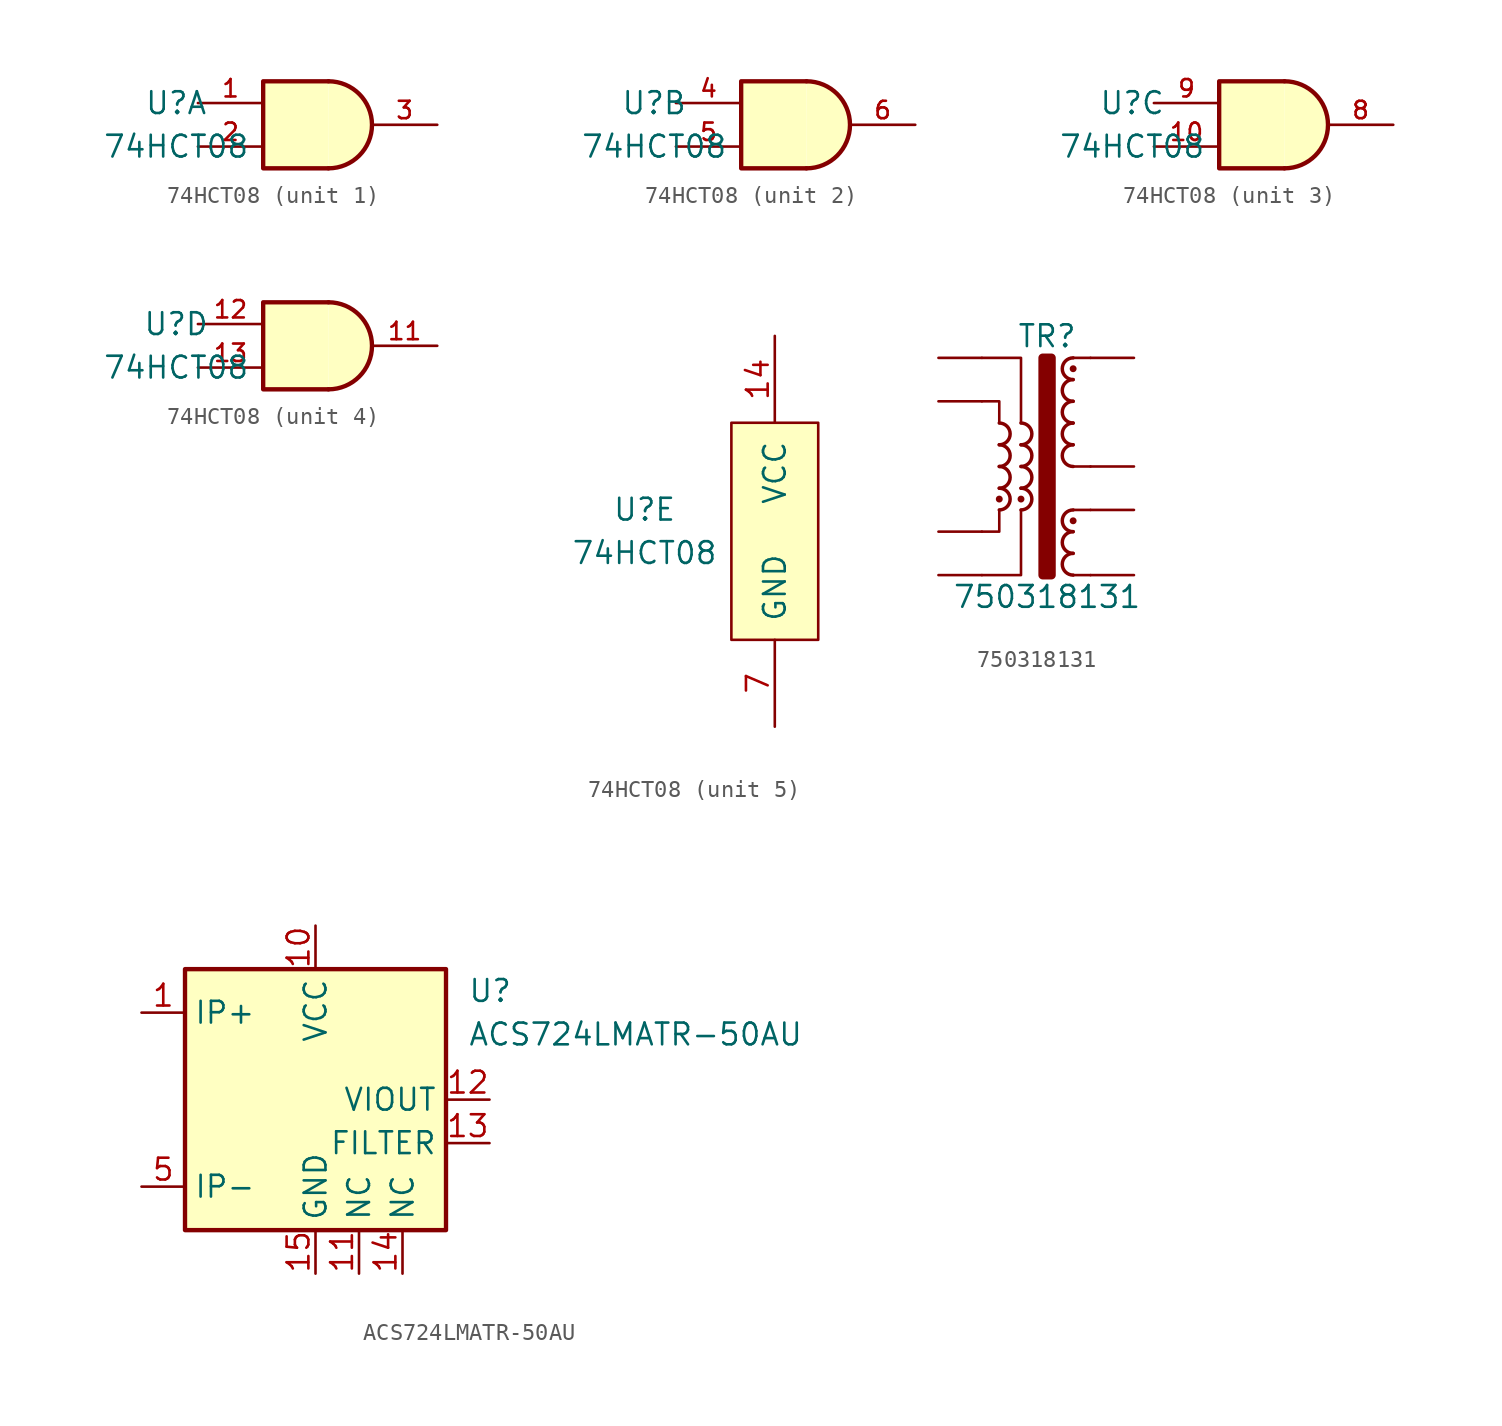
<source format=kicad_sym>
(kicad_symbol_lib
  (version 20211014)
  (generator kicad_symbol_editor)
  (symbol "74HCT08"
    (pin_names
      (offset 1.016))
    (property "Reference" "U"
      (at -7.62 1.27 0)
      (effects (font (size 1.27 1.27))))
    (property "Value" "74HCT08"
      (at -7.62 -1.27 0)
      (effects (font (size 1.27 1.27))))
    (property "ki_locked" ""
      (at 0 0 0)
      (effects (font (size 1.27 1.27))))
    (symbol "74HCT08_1_1"
      (polyline (pts (xy 1.27 -2.54) (xy -2.54 -2.54) (xy -2.54 2.54) (xy 1.27 2.54)) (stroke (width 0.254) (type default) (color 0 0 0 0)) (fill (type background)))
      (arc (start 1.27 -2.54) (mid 3.81 0) (end 1.27 2.54) (stroke (width 0.254) (type default) (color 0 0 0 0)) (fill (type background)))
      (pin input line (at -6.35 1.27 0) (length 3.81) (name "~" (effects (font (size 1.016 1.016)))) (number "1" (effects (font (size 1.016 1.016)))))
      (pin input line (at -6.35 -1.27 0) (length 3.81) (name "~" (effects (font (size 1.016 1.016)))) (number "2" (effects (font (size 1.016 1.016)))))
      (pin output line (at 7.62 0 180) (length 3.81) (name "~" (effects (font (size 1.016 1.016)))) (number "3" (effects (font (size 1.016 1.016))))))
    (symbol "74HCT08_2_1"
      (polyline (pts (xy 1.27 -2.54) (xy -2.54 -2.54) (xy -2.54 2.54) (xy 1.27 2.54)) (stroke (width 0.254) (type default) (color 0 0 0 0)) (fill (type background)))
      (arc (start 1.27 -2.54) (mid 3.81 0) (end 1.27 2.54) (stroke (width 0.254) (type default) (color 0 0 0 0)) (fill (type background)))
      (pin input line (at -6.35 1.27 0) (length 3.81) (name "~" (effects (font (size 1.016 1.016)))) (number "4" (effects (font (size 1.016 1.016)))))
      (pin input line (at -6.35 -1.27 0) (length 3.81) (name "~" (effects (font (size 1.016 1.016)))) (number "5" (effects (font (size 1.016 1.016)))))
      (pin output line (at 7.62 0 180) (length 3.81) (name "~" (effects (font (size 1.016 1.016)))) (number "6" (effects (font (size 1.016 1.016))))))
    (symbol "74HCT08_3_1"
      (polyline (pts (xy 1.27 -2.54) (xy -2.54 -2.54) (xy -2.54 2.54) (xy 1.27 2.54)) (stroke (width 0.254) (type default) (color 0 0 0 0)) (fill (type background)))
      (arc (start 1.27 -2.54) (mid 3.81 0) (end 1.27 2.54) (stroke (width 0.254) (type default) (color 0 0 0 0)) (fill (type background)))
      (pin input line (at -6.35 -1.27 0) (length 3.81) (name "~" (effects (font (size 1.016 1.016)))) (number "10" (effects (font (size 1.016 1.016)))))
      (pin output line (at 7.62 0 180) (length 3.81) (name "~" (effects (font (size 1.016 1.016)))) (number "8" (effects (font (size 1.016 1.016)))))
      (pin input line (at -6.35 1.27 0) (length 3.81) (name "~" (effects (font (size 1.016 1.016)))) (number "9" (effects (font (size 1.016 1.016))))))
    (symbol "74HCT08_4_1"
      (polyline (pts (xy 1.27 -2.54) (xy -2.54 -2.54) (xy -2.54 2.54) (xy 1.27 2.54)) (stroke (width 0.254) (type default) (color 0 0 0 0)) (fill (type background)))
      (arc (start 1.27 -2.54) (mid 3.81 0) (end 1.27 2.54) (stroke (width 0.254) (type default) (color 0 0 0 0)) (fill (type background)))
      (pin output line (at 7.62 0 180) (length 3.81) (name "~" (effects (font (size 1.016 1.016)))) (number "11" (effects (font (size 1.016 1.016)))))
      (pin input line (at -6.35 1.27 0) (length 3.81) (name "~" (effects (font (size 1.016 1.016)))) (number "12" (effects (font (size 1.016 1.016)))))
      (pin input line (at -6.35 -1.27 0) (length 3.81) (name "~" (effects (font (size 1.016 1.016)))) (number "13" (effects (font (size 1.016 1.016))))))
    (symbol "74HCT08_5_0"
      (pin power_in line (at 0 11.43 270) (length 5.08) (name "VCC" (effects (font (size 1.27 1.27)))) (number "14" (effects (font (size 1.27 1.27)))))
      (pin power_in line (at 0 -11.43 90) (length 5.08) (name "GND" (effects (font (size 1.27 1.27)))) (number "7" (effects (font (size 1.27 1.27))))))
    (symbol "74HCT08_5_1"
      (rectangle (start -2.54 6.35) (end 2.54 -6.35) (stroke (width 0) (type default) (color 0 0 0 0)) (fill (type background)))))
  (symbol "750318131"
    (pin_numbers hide)
    (pin_names
      (offset 0))
    (property "Reference" "TR"
      (at 0 7.62 0)
      (effects (font (size 1.27 1.27))))
    (property "Value" "750318131"
      (at 0 -7.62 0)
      (effects (font (size 1.27 1.27))))
    (symbol "750318131_0_1"
      (circle (center -2.794 -1.905) (radius 0.127) (stroke (width 0) (type default) (color 0 0 0 0)) (fill (type outline)))
      (rectangle (start -0.254 6.35) (end 0.254 -6.35) (stroke (width 0.508) (type default) (color 0 0 0 0)) (fill (type outline)))
      (polyline (pts (xy 2.54 -6.35) (xy 1.524 -6.35)) (stroke (width 0) (type default) (color 0 0 0 0)) (fill (type none)))
      (polyline (pts (xy 2.54 -2.54) (xy 1.524 -2.54)) (stroke (width 0) (type default) (color 0 0 0 0)) (fill (type none)))
      (polyline (pts (xy 2.54 0) (xy 1.524 0)) (stroke (width 0) (type default) (color 0 0 0 0)) (fill (type none)))
      (polyline (pts (xy 2.54 6.35) (xy 1.524 6.35)) (stroke (width 0) (type default) (color 0 0 0 0)) (fill (type none)))
      (polyline (pts (xy -3.81 -3.81) (xy -2.794 -3.81) (xy -2.794 -2.54)) (stroke (width 0) (type default) (color 0 0 0 0)) (fill (type none)))
      (polyline (pts (xy -3.81 6.35) (xy -1.524 6.35) (xy -1.524 2.54)) (stroke (width 0) (type default) (color 0 0 0 0)) (fill (type none)))
      (polyline (pts (xy -2.794 2.54) (xy -2.794 3.81) (xy -3.81 3.81)) (stroke (width 0) (type default) (color 0 0 0 0)) (fill (type none)))
      (polyline (pts (xy -1.524 -2.54) (xy -1.524 -6.35) (xy -3.81 -6.35)) (stroke (width 0) (type default) (color 0 0 0 0)) (fill (type none)))
      (arc (start 1.524 6.35) (mid 0.889 5.715) (end 1.524 5.08) (stroke (width 0.2032) (type default) (color 0 0 0 0)) (fill (type none))))
    (symbol "750318131_1_1"
      (arc (start -2.794 -2.54) (mid -2.159 -1.905) (end -2.794 -1.27) (stroke (width 0.2032) (type default) (color 0 0 0 0)) (fill (type none)))
      (arc (start -2.794 -1.27) (mid -2.159 -0.635) (end -2.794 0) (stroke (width 0.2032) (type default) (color 0 0 0 0)) (fill (type none)))
      (arc (start -2.794 0) (mid -2.159 0.635) (end -2.794 1.27) (stroke (width 0.2032) (type default) (color 0 0 0 0)) (fill (type none)))
      (arc (start -2.794 1.27) (mid -2.159 1.905) (end -2.794 2.54) (stroke (width 0.2032) (type default) (color 0 0 0 0)) (fill (type none)))
      (arc (start -1.524 -2.54) (mid -0.889 -1.905) (end -1.524 -1.27) (stroke (width 0.2032) (type default) (color 0 0 0 0)) (fill (type none)))
      (circle (center -1.524 -1.905) (radius 0.127) (stroke (width 0) (type default) (color 0 0 0 0)) (fill (type outline)))
      (arc (start -1.524 -1.27) (mid -0.889 -0.635) (end -1.524 0) (stroke (width 0.2032) (type default) (color 0 0 0 0)) (fill (type none)))
      (arc (start -1.524 0) (mid -0.889 0.635) (end -1.524 1.27) (stroke (width 0.2032) (type default) (color 0 0 0 0)) (fill (type none)))
      (arc (start -1.524 1.27) (mid -0.889 1.905) (end -1.524 2.54) (stroke (width 0.2032) (type default) (color 0 0 0 0)) (fill (type none)))
      (arc (start 1.524 -5.08) (mid 0.889 -5.715) (end 1.524 -6.35) (stroke (width 0.2032) (type default) (color 0 0 0 0)) (fill (type none)))
      (arc (start 1.524 -3.81) (mid 0.889 -4.445) (end 1.524 -5.08) (stroke (width 0.2032) (type default) (color 0 0 0 0)) (fill (type none)))
      (circle (center 1.524 -3.175) (radius 0.127) (stroke (width 0) (type default) (color 0 0 0 0)) (fill (type outline)))
      (arc (start 1.524 -2.54) (mid 0.889 -3.175) (end 1.524 -3.81) (stroke (width 0.2032) (type default) (color 0 0 0 0)) (fill (type none)))
      (arc (start 1.524 1.27) (mid 0.889 0.635) (end 1.524 0) (stroke (width 0.2032) (type default) (color 0 0 0 0)) (fill (type none)))
      (arc (start 1.524 2.54) (mid 0.889 1.905) (end 1.524 1.27) (stroke (width 0.2032) (type default) (color 0 0 0 0)) (fill (type none)))
      (arc (start 1.524 3.81) (mid 0.889 3.175) (end 1.524 2.54) (stroke (width 0.2032) (type default) (color 0 0 0 0)) (fill (type none)))
      (arc (start 1.524 5.08) (mid 0.889 4.445) (end 1.524 3.81) (stroke (width 0.2032) (type default) (color 0 0 0 0)) (fill (type none)))
      (circle (center 1.524 5.715) (radius 0.127) (stroke (width 0) (type default) (color 0 0 0 0)) (fill (type outline)))
      (pin passive line (at -6.35 -6.35 0) (length 2.54) (name "~" (effects (font (size 1.27 1.27)))) (number "1" (effects (font (size 1.27 1.27)))))
      (pin passive line (at -6.35 -3.81 0) (length 2.54) (name "~" (effects (font (size 1.27 1.27)))) (number "2" (effects (font (size 1.27 1.27)))))
      (pin passive line (at -6.35 6.35 0) (length 2.54) (name "~" (effects (font (size 1.27 1.27)))) (number "3" (effects (font (size 1.27 1.27)))))
      (pin passive line (at -6.35 3.81 0) (length 2.54) (name "~" (effects (font (size 1.27 1.27)))) (number "4" (effects (font (size 1.27 1.27)))))
      (pin passive line (at 5.08 -6.35 180) (length 2.54) (name "~" (effects (font (size 1.27 1.27)))) (number "5" (effects (font (size 1.27 1.27)))))
      (pin passive line (at 5.08 0 180) (length 2.54) (name "~" (effects (font (size 1.27 1.27)))) (number "6" (effects (font (size 1.27 1.27)))))
      (pin passive line (at 5.08 -2.54 180) (length 2.54) (name "~" (effects (font (size 1.27 1.27)))) (number "7" (effects (font (size 1.27 1.27)))))
      (pin passive line (at 5.08 6.35 180) (length 2.54) (name "~" (effects (font (size 1.27 1.27)))) (number "8" (effects (font (size 1.27 1.27)))))))
  (symbol "ACS724LMATR-50AU"
    (property "Reference" "U"
      (at 8.89 6.35 0)
      (effects (font (size 1.27 1.27)) (justify left)))
    (property "Value" "ACS724LMATR-50AU"
      (at 8.89 3.81 0)
      (effects (font (size 1.27 1.27)) (justify left)))
    (symbol "ACS724LMATR-50AU_0_1"
      (rectangle (start -7.62 7.62) (end 7.62 -7.62) (stroke (width 0.254) (type default) (color 0 0 0 0)) (fill (type background))))
    (symbol "ACS724LMATR-50AU_1_1"
      (pin passive line (at -10.16 5.08 0) (length 2.54) (name "IP+" (effects (font (size 1.27 1.27)))) (number "1" (effects (font (size 1.27 1.27)))))
      (pin power_in line (at 0 10.16 270) (length 2.54) (name "VCC" (effects (font (size 1.27 1.27)))) (number "10" (effects (font (size 1.27 1.27)))))
      (pin passive line (at 2.54 -10.16 90) (length 2.54) (name "NC" (effects (font (size 1.27 1.27)))) (number "11" (effects (font (size 1.27 1.27)))))
      (pin output line (at 10.16 0 180) (length 2.54) (name "VIOUT" (effects (font (size 1.27 1.27)))) (number "12" (effects (font (size 1.27 1.27)))))
      (pin passive line (at 10.16 -2.54 180) (length 2.54) (name "FILTER" (effects (font (size 1.27 1.27)))) (number "13" (effects (font (size 1.27 1.27)))))
      (pin passive line (at 5.08 -10.16 90) (length 2.54) (name "NC" (effects (font (size 1.27 1.27)))) (number "14" (effects (font (size 1.27 1.27)))))
      (pin power_in line (at 0 -10.16 90) (length 2.54) (name "GND" (effects (font (size 1.27 1.27)))) (number "15" (effects (font (size 1.27 1.27)))))
      (pin no_connect line (at 7.62 2.54 180) (length 2.54) hide (name "NC" (effects (font (size 1.27 1.27)))) (number "16" (effects (font (size 1.27 1.27)))))
      (pin passive line (at -10.16 5.08 0) (length 2.54) hide (name "IP+" (effects (font (size 1.27 1.27)))) (number "2" (effects (font (size 1.27 1.27)))))
      (pin passive line (at -10.16 5.08 0) (length 2.54) hide (name "IP+" (effects (font (size 1.27 1.27)))) (number "3" (effects (font (size 1.27 1.27)))))
      (pin passive line (at -10.16 5.08 0) (length 2.54) hide (name "IP+" (effects (font (size 1.27 1.27)))) (number "4" (effects (font (size 1.27 1.27)))))
      (pin passive line (at -10.16 -5.08 0) (length 2.54) (name "IP-" (effects (font (size 1.27 1.27)))) (number "5" (effects (font (size 1.27 1.27)))))
      (pin passive line (at -10.16 -5.08 0) (length 2.54) hide (name "IP-" (effects (font (size 1.27 1.27)))) (number "6" (effects (font (size 1.27 1.27)))))
      (pin passive line (at -10.16 -5.08 0) (length 2.54) hide (name "IP-" (effects (font (size 1.27 1.27)))) (number "7" (effects (font (size 1.27 1.27)))))
      (pin passive line (at -10.16 -5.08 0) (length 2.54) hide (name "IP-" (effects (font (size 1.27 1.27)))) (number "8" (effects (font (size 1.27 1.27)))))
      (pin no_connect line (at 7.62 5.08 180) (length 2.54) hide (name "NC" (effects (font (size 1.27 1.27)))) (number "9" (effects (font (size 1.27 1.27))))))))
</source>
